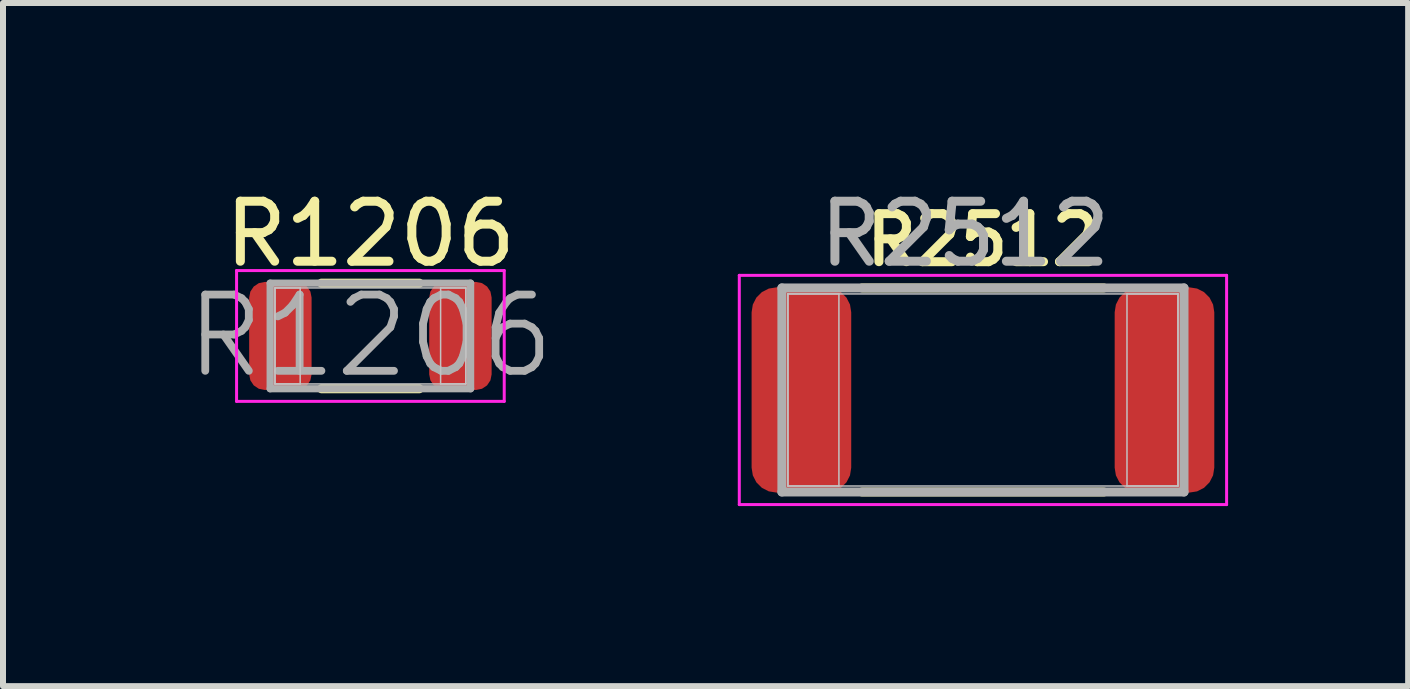
<source format=kicad_pcb>
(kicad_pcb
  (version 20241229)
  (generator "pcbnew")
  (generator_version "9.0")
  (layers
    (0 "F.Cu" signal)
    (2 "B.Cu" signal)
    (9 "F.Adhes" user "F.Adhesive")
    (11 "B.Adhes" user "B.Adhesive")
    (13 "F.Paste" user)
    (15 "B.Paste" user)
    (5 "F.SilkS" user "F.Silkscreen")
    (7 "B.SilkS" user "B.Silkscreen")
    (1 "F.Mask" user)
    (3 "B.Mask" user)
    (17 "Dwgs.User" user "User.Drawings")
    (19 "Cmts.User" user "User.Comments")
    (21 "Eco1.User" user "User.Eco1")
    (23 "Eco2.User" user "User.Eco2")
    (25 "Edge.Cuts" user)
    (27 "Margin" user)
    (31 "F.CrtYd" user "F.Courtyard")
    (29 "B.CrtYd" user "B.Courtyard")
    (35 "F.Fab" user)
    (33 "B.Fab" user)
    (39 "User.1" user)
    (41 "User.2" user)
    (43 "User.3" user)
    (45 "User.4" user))
  (footprint "R1206"
    (layer "F.Cu")
    (at 3.122 2.548)
    (property "Reference" "R1206" (at 0 -1.7 0) (layer "F.SilkS") (effects (font (size 1 1) (thickness 0.15))))
    (attr smd)
    (fp_line (start -0.815 -0.88) (end 0.815 -0.88) (stroke (width 0.15) (type solid)) (layer "F.SilkS"))
    (fp_line (start -0.815 0.88) (end 0.815 0.88) (stroke (width 0.15) (type solid)) (layer "F.SilkS"))
    (fp_line (start -1.59 -0.8) (end -1.17 -0.8) (stroke (width 0.025) (type solid)) (layer "Dwgs.User"))
    (fp_line (start -1.59 -0.8) (end 1.59 -0.8) (stroke (width 0.025) (type solid)) (layer "Dwgs.User"))
    (fp_line (start -1.59 0.8) (end -1.59 -0.8) (stroke (width 0.025) (type solid)) (layer "Dwgs.User"))
    (fp_line (start -1.59 0.8) (end -1.59 -0.8) (stroke (width 0.025) (type solid)) (layer "Dwgs.User"))
    (fp_line (start -1.17 -0.8) (end -1.17 0.8) (stroke (width 0.025) (type solid)) (layer "Dwgs.User"))
    (fp_line (start -1.17 0.8) (end -1.59 0.8) (stroke (width 0.025) (type solid)) (layer "Dwgs.User"))
    (fp_line (start 1.17 -0.8) (end 1.59 -0.8) (stroke (width 0.025) (type solid)) (layer "Dwgs.User"))
    (fp_line (start 1.17 0.8) (end 1.17 -0.8) (stroke (width 0.025) (type solid)) (layer "Dwgs.User"))
    (fp_line (start 1.59 -0.8) (end 1.59 0.8) (stroke (width 0.025) (type solid)) (layer "Dwgs.User"))
    (fp_line (start 1.59 -0.8) (end 1.59 0.8) (stroke (width 0.025) (type solid)) (layer "Dwgs.User"))
    (fp_line (start 1.59 0.8) (end -1.59 0.8) (stroke (width 0.025) (type solid)) (layer "Dwgs.User"))
    (fp_line (start 1.59 0.8) (end 1.17 0.8) (stroke (width 0.025) (type solid)) (layer "Dwgs.User"))
    (fp_line (start -2.23 -1.09) (end 2.23 -1.09) (stroke (width 0.05) (type solid)) (layer "F.CrtYd"))
    (fp_line (start -2.23 1.09) (end -2.23 -1.09) (stroke (width 0.05) (type solid)) (layer "F.CrtYd"))
    (fp_line (start 2.23 -1.09) (end 2.23 1.09) (stroke (width 0.05) (type solid)) (layer "F.CrtYd"))
    (fp_line (start 2.23 1.09) (end -2.23 1.09) (stroke (width 0.05) (type solid)) (layer "F.CrtYd"))
    (fp_line (start -1.67 -0.88) (end 1.67 -0.88) (stroke (width 0.12) (type solid)) (layer "F.Fab"))
    (fp_line (start -1.67 0.88) (end -1.67 -0.88) (stroke (width 0.12) (type solid)) (layer "F.Fab"))
    (fp_line (start 1.67 -0.88) (end 1.67 0.88) (stroke (width 0.12) (type solid)) (layer "F.Fab"))
    (fp_line (start 1.67 0.88) (end -1.67 0.88) (stroke (width 0.12) (type solid)) (layer "F.Fab"))
    (fp_text user "${REFERENCE}" (at 0 0 0) (layer "F.Fab") (effects (font (size 1.27 1.27) (thickness 0.13))))
    (pad "" smd custom (at -1.51 0) (size 0.3 0.3) (layers "F.Paste") (options (anchor circle)) (primitives (gr_poly (pts (xy -0.51 -0.65) (xy -0.27 -0.9) (xy 0.175 -0.9) (xy 0.51 0) (xy 0.175 0.9) (xy -0.27 0.9) (xy -0.51 0.65)) (width 0) (fill yes))))
    (pad "" smd custom (at 1.5 0 180) (size 0.3 0.3) (layers "F.Paste") (options (anchor circle)) (primitives (gr_poly (pts (xy -0.51 -0.65) (xy -0.27 -0.9) (xy 0.175 -0.9) (xy 0.51 0) (xy 0.175 0.9) (xy -0.27 0.9) (xy -0.51 0.65)) (width 0) (fill yes))))
    (pad "1" smd roundrect (at -1.5 0) (size 1.04 1.8) (layers "F.Cu" "F.Mask") (roundrect_rratio 0.25))
    (pad "2" smd roundrect (at 1.5 0) (size 1.04 1.8) (layers "F.Cu" "F.Mask") (roundrect_rratio 0.25)))
  (footprint "R2512"
    (layer "F.Cu")
    (at 13.329 3.448)
    (property "Reference" "R2512" (at -0.3 -2.6 0) (layer "F.Fab") (effects (font (size 1 1) (thickness 0.15))))
    (attr smd)
    (fp_line (start -2.015 -1.7) (end 2.015 -1.7) (stroke (width 0.15) (type solid)) (layer "F.SilkS"))
    (fp_line (start -2.015 1.7) (end 2.015 1.7) (stroke (width 0.15) (type solid)) (layer "F.SilkS"))
    (fp_line (start -3.25 -1.6) (end -2.4 -1.6) (stroke (width 0.025) (type solid)) (layer "Dwgs.User"))
    (fp_line (start -3.25 -1.6) (end 3.25 -1.6) (stroke (width 0.025) (type solid)) (layer "Dwgs.User"))
    (fp_line (start -3.25 1.6) (end -3.25 -1.6) (stroke (width 0.025) (type solid)) (layer "Dwgs.User"))
    (fp_line (start -3.25 1.6) (end -3.25 -1.6) (stroke (width 0.025) (type solid)) (layer "Dwgs.User"))
    (fp_line (start -2.4 -1.6) (end -2.4 1.6) (stroke (width 0.025) (type solid)) (layer "Dwgs.User"))
    (fp_line (start -2.4 1.6) (end -3.25 1.6) (stroke (width 0.025) (type solid)) (layer "Dwgs.User"))
    (fp_line (start 2.4 -1.6) (end 3.25 -1.6) (stroke (width 0.025) (type solid)) (layer "Dwgs.User"))
    (fp_line (start 2.4 1.6) (end 2.4 -1.6) (stroke (width 0.025) (type solid)) (layer "Dwgs.User"))
    (fp_line (start 3.25 -1.6) (end 3.25 1.6) (stroke (width 0.025) (type solid)) (layer "Dwgs.User"))
    (fp_line (start 3.25 -1.6) (end 3.25 1.6) (stroke (width 0.025) (type solid)) (layer "Dwgs.User"))
    (fp_line (start 3.25 1.6) (end -3.25 1.6) (stroke (width 0.025) (type solid)) (layer "Dwgs.User"))
    (fp_line (start 3.25 1.6) (end 2.4 1.6) (stroke (width 0.025) (type solid)) (layer "Dwgs.User"))
    (fp_line (start -4.06 -1.91) (end 4.06 -1.91) (stroke (width 0.05) (type solid)) (layer "F.CrtYd"))
    (fp_line (start -4.06 1.91) (end -4.06 -1.91) (stroke (width 0.05) (type solid)) (layer "F.CrtYd"))
    (fp_line (start 4.06 -1.91) (end 4.06 1.91) (stroke (width 0.05) (type solid)) (layer "F.CrtYd"))
    (fp_line (start 4.06 1.91) (end -4.06 1.91) (stroke (width 0.05) (type solid)) (layer "F.CrtYd"))
    (fp_line (start -3.35 -1.7) (end 3.35 -1.7) (stroke (width 0.15) (type solid)) (layer "F.Fab"))
    (fp_line (start -3.35 1.7) (end -3.35 -1.7) (stroke (width 0.15) (type solid)) (layer "F.Fab"))
    (fp_line (start 3.35 -1.7) (end 3.35 1.7) (stroke (width 0.15) (type solid)) (layer "F.Fab"))
    (fp_line (start 3.35 1.7) (end -3.35 1.7) (stroke (width 0.15) (type solid)) (layer "F.Fab"))
    (fp_text user "${REFERENCE}" (at 0 -2.5 0) (layer "F.SilkS") (effects (font (size 0.8 0.8) (thickness 0.15))))
    (pad "" smd custom (at -3.025 0) (size 0.3 0.3) (layers "F.Paste") (options (anchor circle)) (primitives (gr_poly (pts (xy -0.83 -1.35) (xy -0.45 -1.71) (xy 0.275 -1.71) (xy 0.83 0) (xy 0.275 1.71) (xy -0.45 1.71) (xy -0.83 1.35)) (width 0) (fill yes))))
    (pad "" smd custom (at 3.025 0 180) (size 0.3 0.3) (layers "F.Paste") (options (anchor circle)) (primitives (gr_poly (pts (xy -0.83 -1.35) (xy -0.45 -1.71) (xy 0.275 -1.71) (xy 0.83 0) (xy 0.275 1.71) (xy -0.45 1.71) (xy -0.83 1.35)) (width 0) (fill yes))))
    (pad "1" smd roundrect (at -3.025 0) (size 1.66 3.42) (layers "F.Cu" "F.Mask") (roundrect_rratio 0.25))
    (pad "2" smd roundrect (at 3.025 0) (size 1.66 3.42) (layers "F.Cu" "F.Mask") (roundrect_rratio 0.25)))
  (gr_rect
    (start -3 -3)
    (end 20.414 8.383)
    (stroke (width 0.1) (type default))
    (fill no)
    (layer "Edge.Cuts")))
</source>
